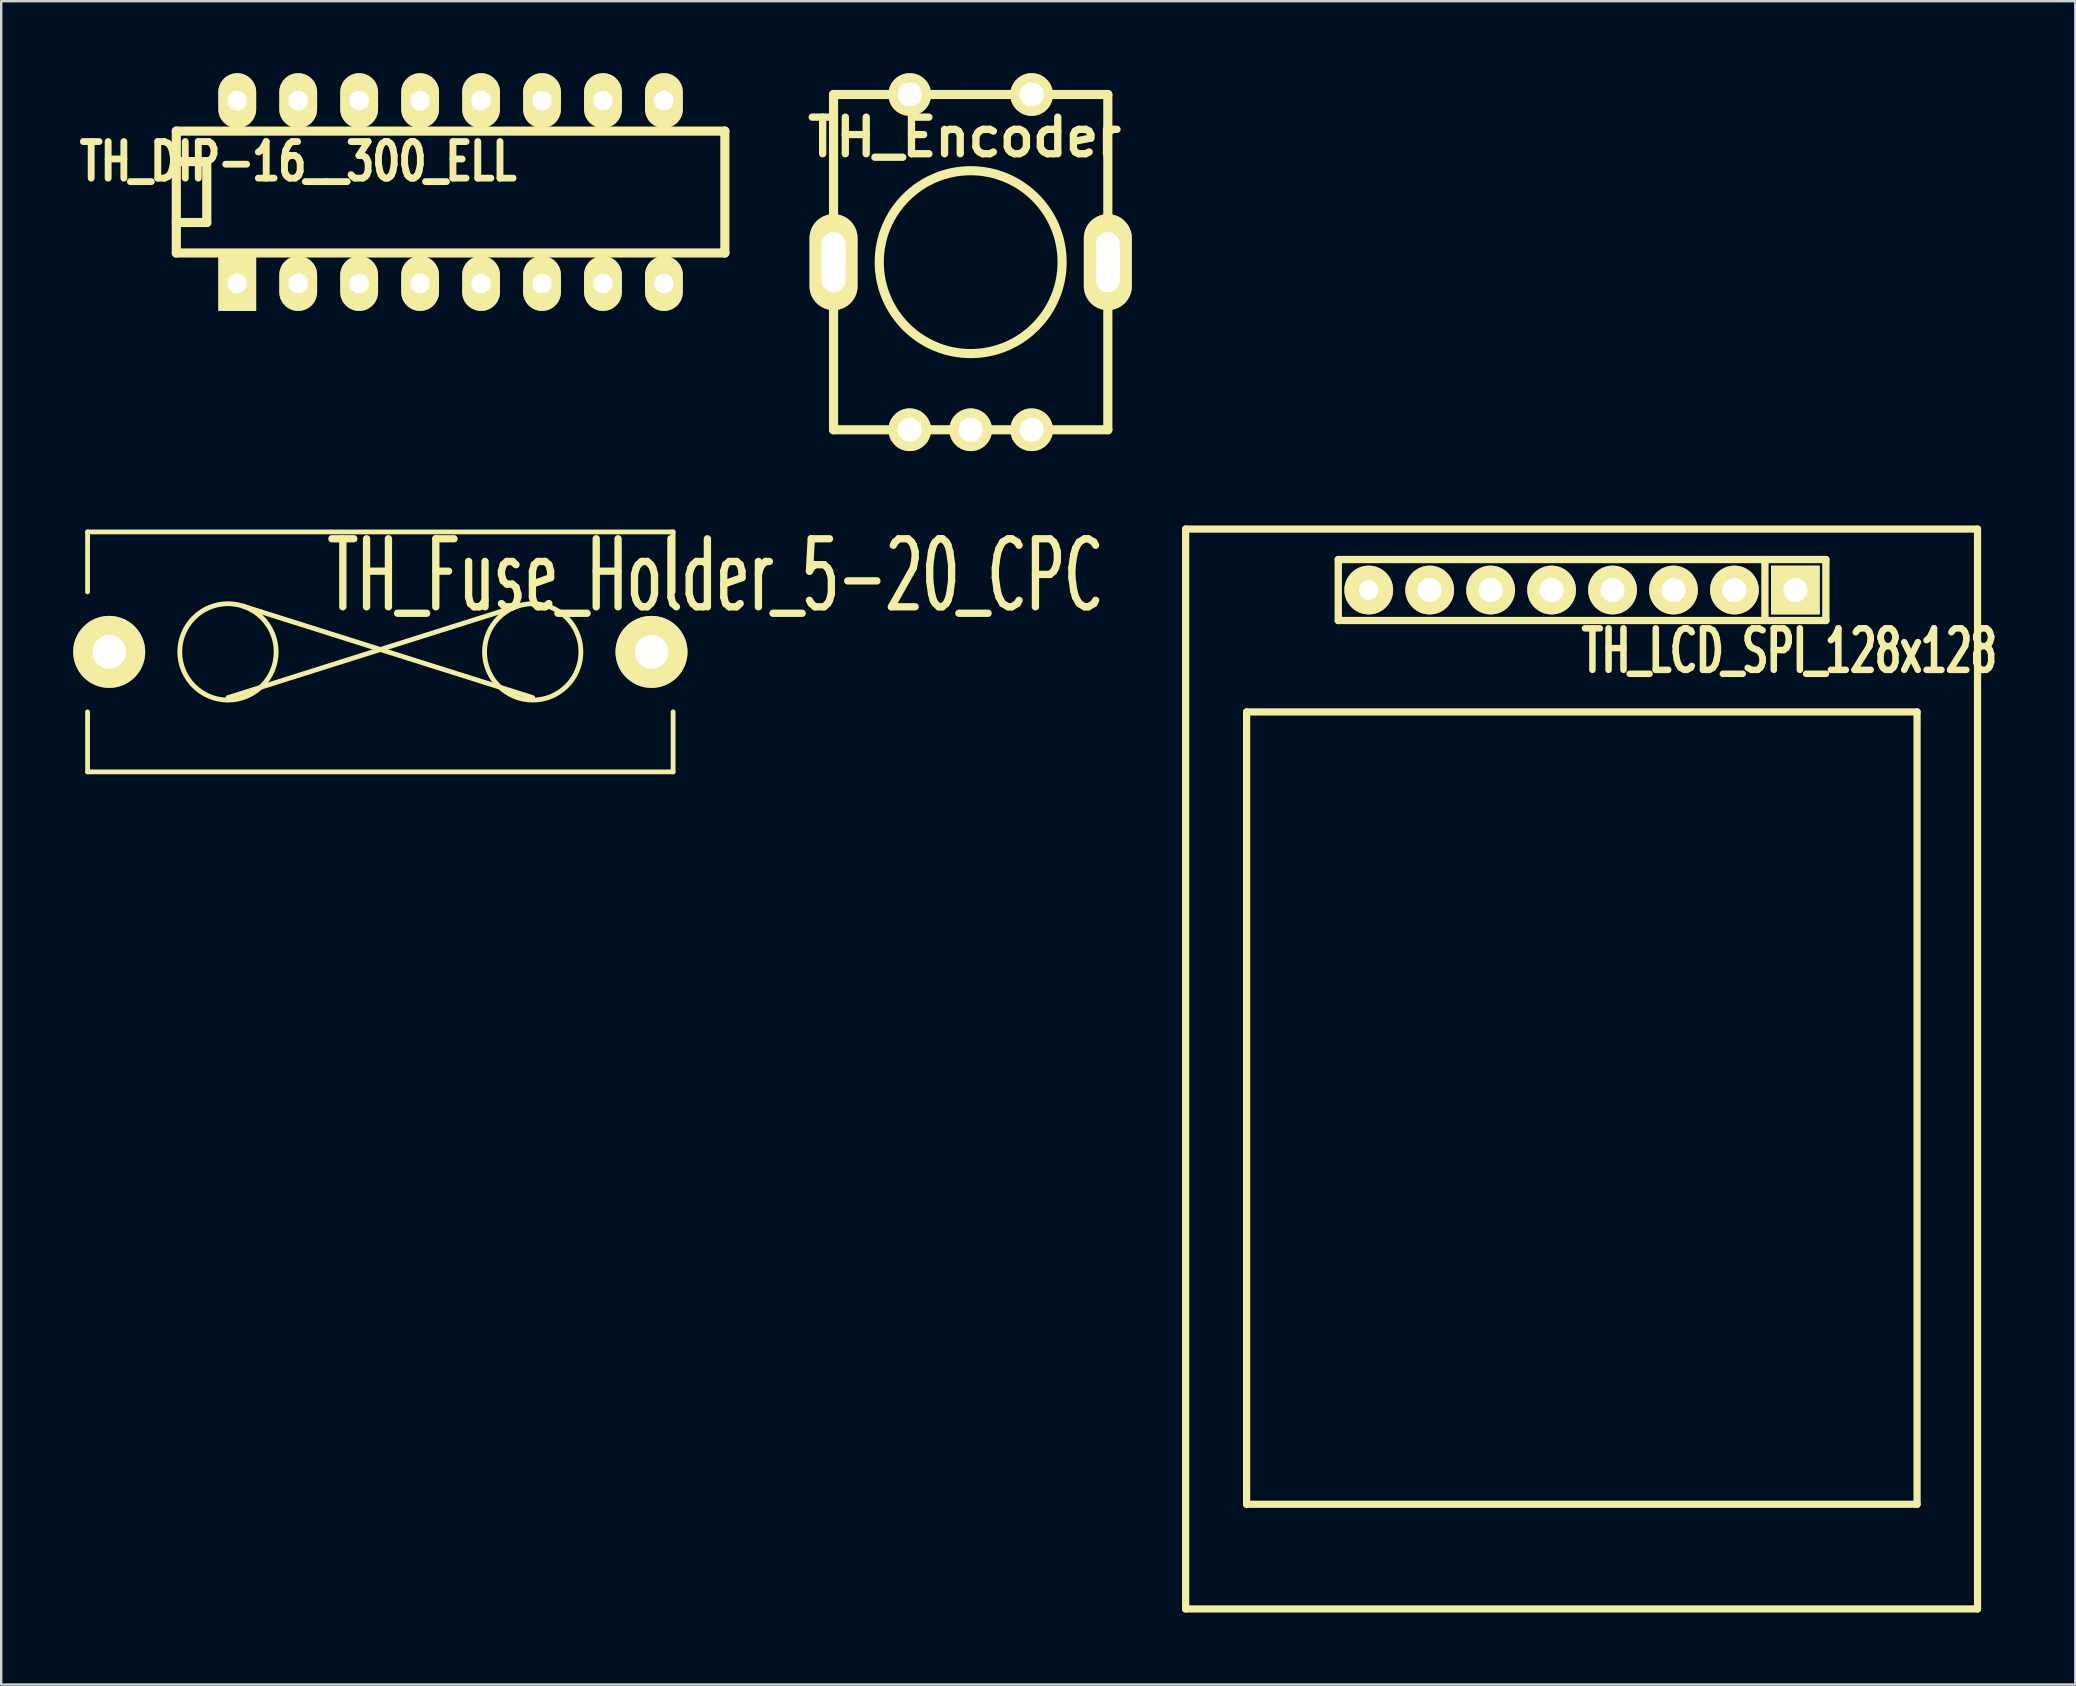
<source format=kicad_pcb>
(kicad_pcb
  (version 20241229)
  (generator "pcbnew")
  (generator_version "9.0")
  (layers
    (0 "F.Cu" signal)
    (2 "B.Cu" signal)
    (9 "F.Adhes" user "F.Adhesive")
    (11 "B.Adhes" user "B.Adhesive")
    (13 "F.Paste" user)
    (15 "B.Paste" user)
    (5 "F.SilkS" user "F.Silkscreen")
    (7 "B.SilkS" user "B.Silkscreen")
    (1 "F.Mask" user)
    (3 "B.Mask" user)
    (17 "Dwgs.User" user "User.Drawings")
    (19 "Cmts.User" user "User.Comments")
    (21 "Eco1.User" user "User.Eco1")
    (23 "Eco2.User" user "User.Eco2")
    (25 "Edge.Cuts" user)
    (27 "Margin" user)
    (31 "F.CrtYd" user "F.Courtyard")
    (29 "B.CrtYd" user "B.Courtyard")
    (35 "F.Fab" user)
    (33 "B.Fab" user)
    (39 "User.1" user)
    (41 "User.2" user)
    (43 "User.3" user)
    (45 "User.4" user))
  (footprint "TH_LCD_SPI_128x128"
    (layer "F.Cu")
    (at 62.859 18.998)
    (property "Reference" "TH_LCD_SPI_128x128" (at 8.656 5.08 0) (layer "F.SilkS") (effects (font (size 1.73 1.087) (thickness 0.272))))
    (attr through_hole)
    (fp_line (start -16.5 0) (end 16.5 0) (stroke (width 0.3) (type solid)) (layer "F.SilkS"))
    (fp_line (start -16.5 45) (end -16.5 0) (stroke (width 0.3) (type solid)) (layer "F.SilkS"))
    (fp_line (start -13.96 7.62) (end 13.98 7.62) (stroke (width 0.3) (type solid)) (layer "F.SilkS"))
    (fp_line (start -13.96 40.64) (end -13.96 7.62) (stroke (width 0.3) (type solid)) (layer "F.SilkS"))
    (fp_line (start -10.14 1.27) (end -10.14 3.81) (stroke (width 0.305) (type solid)) (layer "F.SilkS"))
    (fp_line (start -10.14 3.81) (end 10.18 3.81) (stroke (width 0.305) (type solid)) (layer "F.SilkS"))
    (fp_line (start 7.64 3.81) (end 7.64 1.27) (stroke (width 0.305) (type solid)) (layer "F.SilkS"))
    (fp_line (start 10.18 1.27) (end -10.14 1.27) (stroke (width 0.305) (type solid)) (layer "F.SilkS"))
    (fp_line (start 10.18 3.81) (end 10.18 1.27) (stroke (width 0.305) (type solid)) (layer "F.SilkS"))
    (fp_line (start 13.98 7.62) (end 13.98 40.64) (stroke (width 0.3) (type solid)) (layer "F.SilkS"))
    (fp_line (start 13.98 40.64) (end -13.96 40.64) (stroke (width 0.3) (type solid)) (layer "F.SilkS"))
    (fp_line (start 16.5 0) (end 16.5 45) (stroke (width 0.3) (type solid)) (layer "F.SilkS"))
    (fp_line (start 16.5 45) (end -16.5 45) (stroke (width 0.3) (type solid)) (layer "F.SilkS"))
    (pad "1" thru_hole rect (at 8.91 2.54 180) (size 2.032 2.032) (drill 1.001) (layers "*.Cu" "*.Mask" "F.SilkS"))
    (pad "2" thru_hole circle (at 6.37 2.54 180) (size 2.032 2.032) (drill 1.001) (layers "*.Cu" "*.Mask" "F.SilkS"))
    (pad "3" thru_hole circle (at 3.83 2.54 180) (size 2.032 2.032) (drill 1.001) (layers "*.Cu" "*.Mask" "F.SilkS"))
    (pad "4" thru_hole circle (at 1.29 2.54 180) (size 2.032 2.032) (drill 1.001) (layers "*.Cu" "*.Mask" "F.SilkS"))
    (pad "5" thru_hole circle (at -1.25 2.54 180) (size 2.032 2.032) (drill 1.001) (layers "*.Cu" "*.Mask" "F.SilkS"))
    (pad "6" thru_hole circle (at -3.79 2.54 180) (size 2.032 2.032) (drill 1.001) (layers "*.Cu" "*.Mask" "F.SilkS"))
    (pad "7" thru_hole circle (at -6.33 2.54 180) (size 2.032 2.032) (drill 1.001) (layers "*.Cu" "*.Mask" "F.SilkS"))
    (pad "8" thru_hole circle (at -8.87 2.54 180) (size 2.032 2.032) (drill 0.813) (layers "*.Cu" "*.Mask" "F.SilkS")))
  (footprint "TH_Fuse_Holder_5-20_CPC"
    (layer "F.Cu")
    (at 12.8 24.116)
    (property "Reference" "TH_Fuse_Holder_5-20_CPC" (at 13.97 -3.175 0) (layer "F.SilkS") (effects (font (size 2.835 1.595) (thickness 0.305))))
    (attr through_hole)
    (fp_line (start -12.2 -5) (end 12.2 -5) (stroke (width 0.2) (type solid)) (layer "F.SilkS"))
    (fp_line (start -12.2 -2.5) (end -12.2 -5) (stroke (width 0.2) (type solid)) (layer "F.SilkS"))
    (fp_line (start -12.2 2.5) (end -12.2 5) (stroke (width 0.2) (type solid)) (layer "F.SilkS"))
    (fp_line (start -12.2 5) (end 12.2 5) (stroke (width 0.2) (type solid)) (layer "F.SilkS"))
    (fp_line (start -6.35 1.905) (end 5.715 -1.905) (stroke (width 0.2) (type solid)) (layer "F.SilkS"))
    (fp_line (start -5.715 -1.905) (end 6.35 1.905) (stroke (width 0.2) (type solid)) (layer "F.SilkS"))
    (fp_line (start 12.2 -5) (end 12.2 -2.5) (stroke (width 0.2) (type solid)) (layer "F.SilkS"))
    (fp_line (start 12.2 5) (end 12.2 2.5) (stroke (width 0.2) (type solid)) (layer "F.SilkS"))
    (fp_circle (center -6.35 0) (end -4.445 0.635) (stroke (width 0.2) (type solid)) (fill no) (layer "F.SilkS"))
    (fp_circle (center 6.35 0) (end 8.255 0.635) (stroke (width 0.2) (type solid)) (fill no) (layer "F.SilkS"))
    (pad "1" thru_hole circle (at -11.3 0) (size 3 3) (drill 1.397) (layers "*.Cu" "*.Mask" "F.SilkS"))
    (pad "2" thru_hole circle (at 11.3 0) (size 3 3) (drill 1.397) (layers "*.Cu" "*.Mask" "F.SilkS")))
  (footprint "TH_DIP-16__300_ELL"
    (layer "F.Cu")
    (at 15.727 4.953)
    (property "Reference" "TH_DIP-16__300_ELL" (at -6.35 -1.27 0) (layer "F.SilkS") (effects (font (size 1.524 1.143) (thickness 0.287))))
    (attr through_hole)
    (fp_line (start -11.43 -2.54) (end 11.43 -2.54) (stroke (width 0.381) (type solid)) (layer "F.SilkS"))
    (fp_line (start -11.43 -1.27) (end -11.43 -1.27) (stroke (width 0.381) (type solid)) (layer "F.SilkS"))
    (fp_line (start -11.43 -1.27) (end -10.16 -1.27) (stroke (width 0.381) (type solid)) (layer "F.SilkS"))
    (fp_line (start -11.43 2.54) (end -11.43 -2.54) (stroke (width 0.381) (type solid)) (layer "F.SilkS"))
    (fp_line (start -10.16 -1.27) (end -10.16 1.27) (stroke (width 0.381) (type solid)) (layer "F.SilkS"))
    (fp_line (start -10.16 1.27) (end -11.43 1.27) (stroke (width 0.381) (type solid)) (layer "F.SilkS"))
    (fp_line (start 11.43 -2.54) (end 11.43 2.54) (stroke (width 0.381) (type solid)) (layer "F.SilkS"))
    (fp_line (start 11.43 2.54) (end -11.43 2.54) (stroke (width 0.381) (type solid)) (layer "F.SilkS"))
    (pad "1" thru_hole rect (at -8.89 3.81) (size 1.575 2.286) (drill 0.813) (layers "*.Cu" "*.Mask" "F.SilkS"))
    (pad "2" thru_hole oval (at -6.35 3.81) (size 1.575 2.286) (drill 0.813) (layers "*.Cu" "*.Mask" "F.SilkS"))
    (pad "3" thru_hole oval (at -3.81 3.81) (size 1.575 2.286) (drill 0.813) (layers "*.Cu" "*.Mask" "F.SilkS"))
    (pad "4" thru_hole oval (at -1.27 3.81) (size 1.575 2.286) (drill 0.813) (layers "*.Cu" "*.Mask" "F.SilkS"))
    (pad "5" thru_hole oval (at 1.27 3.81) (size 1.575 2.286) (drill 0.813) (layers "*.Cu" "*.Mask" "F.SilkS"))
    (pad "6" thru_hole oval (at 3.81 3.81) (size 1.575 2.286) (drill 0.813) (layers "*.Cu" "*.Mask" "F.SilkS"))
    (pad "7" thru_hole oval (at 6.35 3.81) (size 1.575 2.286) (drill 0.813) (layers "*.Cu" "*.Mask" "F.SilkS"))
    (pad "8" thru_hole oval (at 8.89 3.81) (size 1.575 2.286) (drill 0.813) (layers "*.Cu" "*.Mask" "F.SilkS"))
    (pad "9" thru_hole oval (at 8.89 -3.81) (size 1.575 2.286) (drill 0.813) (layers "*.Cu" "*.Mask" "F.SilkS"))
    (pad "10" thru_hole oval (at 6.35 -3.81) (size 1.575 2.286) (drill 0.813) (layers "*.Cu" "*.Mask" "F.SilkS"))
    (pad "11" thru_hole oval (at 3.81 -3.81) (size 1.575 2.286) (drill 0.813) (layers "*.Cu" "*.Mask" "F.SilkS"))
    (pad "12" thru_hole oval (at 1.27 -3.81) (size 1.575 2.286) (drill 0.813) (layers "*.Cu" "*.Mask" "F.SilkS"))
    (pad "13" thru_hole oval (at -1.27 -3.81) (size 1.575 2.286) (drill 0.813) (layers "*.Cu" "*.Mask" "F.SilkS"))
    (pad "14" thru_hole oval (at -3.81 -3.81) (size 1.575 2.286) (drill 0.813) (layers "*.Cu" "*.Mask" "F.SilkS"))
    (pad "15" thru_hole oval (at -6.35 -3.81) (size 1.575 2.286) (drill 0.813) (layers "*.Cu" "*.Mask" "F.SilkS"))
    (pad "16" thru_hole oval (at -8.89 -3.81) (size 1.575 2.286) (drill 0.813) (layers "*.Cu" "*.Mask" "F.SilkS")))
  (footprint "TH_Encoder"
    (layer "F.Cu")
    (at 37.401 7.874)
    (property "Reference" "TH_Encoder" (at -0.254 -5.207 0) (layer "F.SilkS") (effects (font (size 1.524 1.524) (thickness 0.305))))
    (attr through_hole)
    (fp_line (start -5.715 -6.985) (end 5.715 -6.985) (stroke (width 0.381) (type solid)) (layer "F.SilkS"))
    (fp_line (start -5.715 6.985) (end -5.715 -6.985) (stroke (width 0.381) (type solid)) (layer "F.SilkS"))
    (fp_line (start 5.715 -6.985) (end 5.715 6.985) (stroke (width 0.381) (type solid)) (layer "F.SilkS"))
    (fp_line (start 5.715 6.985) (end -5.715 6.985) (stroke (width 0.381) (type solid)) (layer "F.SilkS"))
    (fp_circle (center 0 0) (end 3.81 0) (stroke (width 0.381) (type solid)) (fill no) (layer "F.SilkS"))
    (pad "1" thru_hole circle (at -2.54 -6.985) (size 1.778 1.778) (drill 1.001) (layers "*.Cu" "*.Mask" "F.SilkS"))
    (pad "2" thru_hole circle (at 2.54 -6.985) (size 1.778 1.778) (drill 1.001) (layers "*.Cu" "*.Mask" "F.SilkS"))
    (pad "3" thru_hole oval (at 5.715 0) (size 1.999 4) (drill oval 1.001 2.499) (layers "*.Cu" "*.Mask" "F.SilkS"))
    (pad "4" thru_hole oval (at -5.715 0) (size 1.999 4) (drill oval 1.001 2.499) (layers "*.Cu" "*.Mask" "F.SilkS"))
    (pad "A" thru_hole circle (at -2.54 6.985) (size 1.778 1.778) (drill 1.001) (layers "*.Cu" "*.Mask" "F.SilkS"))
    (pad "B" thru_hole circle (at 2.54 6.985) (size 1.778 1.778) (drill 1.001) (layers "*.Cu" "*.Mask" "F.SilkS"))
    (pad "C" thru_hole circle (at 0 6.985) (size 1.778 1.778) (drill 1.001) (layers "*.Cu" "*.Mask" "F.SilkS")))
  (gr_rect
    (start -3 -3)
    (end 83.433 67.148)
    (stroke (width 0.1) (type default))
    (fill no)
    (layer "Edge.Cuts")))
</source>
